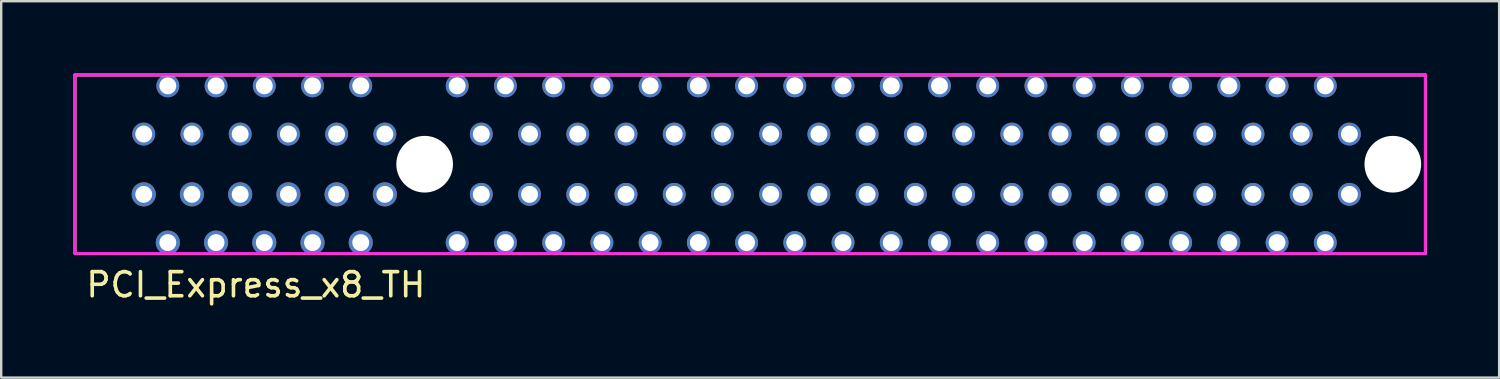
<source format=kicad_pcb>
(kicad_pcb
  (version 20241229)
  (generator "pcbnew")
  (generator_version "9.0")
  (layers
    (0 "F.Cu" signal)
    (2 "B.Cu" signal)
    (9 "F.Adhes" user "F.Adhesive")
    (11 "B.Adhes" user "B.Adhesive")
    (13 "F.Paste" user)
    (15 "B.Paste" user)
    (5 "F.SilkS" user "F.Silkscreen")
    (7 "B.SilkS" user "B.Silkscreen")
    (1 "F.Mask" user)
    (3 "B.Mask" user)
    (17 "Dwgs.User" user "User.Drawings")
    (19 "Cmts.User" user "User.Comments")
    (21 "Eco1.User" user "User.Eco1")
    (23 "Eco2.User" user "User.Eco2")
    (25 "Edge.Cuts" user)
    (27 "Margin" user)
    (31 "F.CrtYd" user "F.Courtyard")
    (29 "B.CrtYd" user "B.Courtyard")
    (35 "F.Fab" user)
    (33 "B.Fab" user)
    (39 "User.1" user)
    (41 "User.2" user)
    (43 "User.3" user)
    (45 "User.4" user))
  (footprint "PCI_Express_x8_TH"
    (layer "F.Cu")
    (at 14.56 3.76)
    (property "Reference" "PCI_Express_x8_TH" (at -7 5 0) (layer "F.SilkS") (effects (font (size 1 1) (thickness 0.15))))
    (attr through_hole)
    (fp_line (start -14.5 -3.7) (end 41.5 -3.7) (stroke (width 0.12) (type solid)) (layer "F.SilkS"))
    (fp_line (start -14.5 3.7) (end -14.5 -3.7) (stroke (width 0.12) (type solid)) (layer "F.SilkS"))
    (fp_line (start 41.5 -3.7) (end 41.5 3.7) (stroke (width 0.12) (type solid)) (layer "F.SilkS"))
    (fp_line (start 41.5 3.7) (end -14.5 3.7) (stroke (width 0.12) (type solid)) (layer "F.SilkS"))
    (fp_line (start -14.5 -3.7) (end 41.5 -3.7) (stroke (width 0.12) (type solid)) (layer "F.CrtYd"))
    (fp_line (start -14.5 3.7) (end -14.5 -3.7) (stroke (width 0.12) (type solid)) (layer "F.CrtYd"))
    (fp_line (start 41.5 -3.7) (end 41.5 3.7) (stroke (width 0.12) (type solid)) (layer "F.CrtYd"))
    (fp_line (start 41.5 3.7) (end -14.5 3.7) (stroke (width 0.12) (type solid)) (layer "F.CrtYd"))
    (pad "" np_thru_hole circle (at 0 0) (size 2.35 2.35) (drill 2.35) (layers "*.Cu" "*.Mask"))
    (pad "" np_thru_hole circle (at 40.15 0) (size 2.35 2.35) (drill 2.35) (layers "*.Cu" "*.Mask"))
    (pad "A1" thru_hole circle (at -11.65 -1.25) (size 0.95 0.95) (drill 0.7) (layers "*.Cu" "*.Mask"))
    (pad "A2" thru_hole circle (at -10.65 -3.25) (size 0.95 0.95) (drill 0.7) (layers "*.Cu" "*.Mask"))
    (pad "A3" thru_hole circle (at -9.65 -1.25) (size 0.95 0.95) (drill 0.7) (layers "*.Cu" "*.Mask"))
    (pad "A4" thru_hole circle (at -8.65 -3.25) (size 0.95 0.95) (drill 0.7) (layers "*.Cu" "*.Mask"))
    (pad "A5" thru_hole circle (at -7.65 -1.25) (size 0.95 0.95) (drill 0.7) (layers "*.Cu" "*.Mask"))
    (pad "A6" thru_hole circle (at -6.65 -3.25) (size 0.95 0.95) (drill 0.7) (layers "*.Cu" "*.Mask"))
    (pad "A7" thru_hole circle (at -5.65 -1.25) (size 0.95 0.95) (drill 0.7) (layers "*.Cu" "*.Mask"))
    (pad "A8" thru_hole circle (at -4.65 -3.25) (size 0.95 0.95) (drill 0.7) (layers "*.Cu" "*.Mask"))
    (pad "A9" thru_hole circle (at -3.65 -1.25) (size 0.95 0.95) (drill 0.7) (layers "*.Cu" "*.Mask"))
    (pad "A10" thru_hole circle (at -2.65 -3.25) (size 0.95 0.95) (drill 0.7) (layers "*.Cu" "*.Mask"))
    (pad "A11" thru_hole circle (at -1.65 -1.25) (size 0.95 0.95) (drill 0.7) (layers "*.Cu" "*.Mask"))
    (pad "A12" thru_hole circle (at 1.35 -3.25) (size 0.95 0.95) (drill 0.7) (layers "*.Cu" "*.Mask"))
    (pad "A13" thru_hole circle (at 2.35 -1.25) (size 0.95 0.95) (drill 0.7) (layers "*.Cu" "*.Mask"))
    (pad "A14" thru_hole circle (at 3.35 -3.25) (size 0.95 0.95) (drill 0.7) (layers "*.Cu" "*.Mask"))
    (pad "A15" thru_hole circle (at 4.35 -1.25) (size 0.95 0.95) (drill 0.7) (layers "*.Cu" "*.Mask"))
    (pad "A16" thru_hole circle (at 5.35 -3.25) (size 0.95 0.95) (drill 0.7) (layers "*.Cu" "*.Mask"))
    (pad "A18" thru_hole circle (at 7.35 -3.25) (size 0.95 0.95) (drill 0.7) (layers "*.Cu" "*.Mask"))
    (pad "A19" thru_hole circle (at 8.35 -1.25) (size 0.95 0.95) (drill 0.7) (layers "*.Cu" "*.Mask"))
    (pad "A20" thru_hole circle (at 9.35 -3.25) (size 0.95 0.95) (drill 0.7) (layers "*.Cu" "*.Mask"))
    (pad "A21" thru_hole circle (at 10.35 -1.25) (size 0.95 0.95) (drill 0.7) (layers "*.Cu" "*.Mask"))
    (pad "A22" thru_hole circle (at 11.35 -3.25) (size 0.95 0.95) (drill 0.7) (layers "*.Cu" "*.Mask"))
    (pad "A23" thru_hole circle (at 12.35 -1.25) (size 0.95 0.95) (drill 0.7) (layers "*.Cu" "*.Mask"))
    (pad "A24" thru_hole circle (at 13.35 -3.25) (size 0.95 0.95) (drill 0.7) (layers "*.Cu" "*.Mask"))
    (pad "A25" thru_hole circle (at 14.35 -1.25) (size 0.95 0.95) (drill 0.7) (layers "*.Cu" "*.Mask"))
    (pad "A26" thru_hole circle (at 15.35 -3.25) (size 0.95 0.95) (drill 0.7) (layers "*.Cu" "*.Mask"))
    (pad "A27" thru_hole circle (at 16.35 -1.25) (size 0.95 0.95) (drill 0.7) (layers "*.Cu" "*.Mask"))
    (pad "A28" thru_hole circle (at 17.35 -3.25) (size 0.95 0.95) (drill 0.7) (layers "*.Cu" "*.Mask"))
    (pad "A29" thru_hole circle (at 18.35 -1.25) (size 0.95 0.95) (drill 0.7) (layers "*.Cu" "*.Mask"))
    (pad "A30" thru_hole circle (at 19.35 -3.25) (size 0.95 0.95) (drill 0.7) (layers "*.Cu" "*.Mask"))
    (pad "A31" thru_hole circle (at 20.35 -1.25) (size 0.95 0.95) (drill 0.7) (layers "*.Cu" "*.Mask"))
    (pad "A32" thru_hole circle (at 21.35 -3.25) (size 0.95 0.95) (drill 0.7) (layers "*.Cu" "*.Mask"))
    (pad "A33" thru_hole circle (at 22.35 -1.25) (size 0.95 0.95) (drill 0.7) (layers "*.Cu" "*.Mask"))
    (pad "A34" thru_hole circle (at 23.35 -3.25) (size 0.95 0.95) (drill 0.7) (layers "*.Cu" "*.Mask"))
    (pad "A35" thru_hole circle (at 24.35 -1.25) (size 0.95 0.95) (drill 0.7) (layers "*.Cu" "*.Mask"))
    (pad "A36" thru_hole circle (at 25.35 -3.25) (size 0.95 0.95) (drill 0.7) (layers "*.Cu" "*.Mask"))
    (pad "A37" thru_hole circle (at 26.35 -1.25) (size 0.95 0.95) (drill 0.7) (layers "*.Cu" "*.Mask"))
    (pad "A38" thru_hole circle (at 27.35 -3.25) (size 0.95 0.95) (drill 0.7) (layers "*.Cu" "*.Mask"))
    (pad "A39" thru_hole circle (at 28.35 -1.25) (size 0.95 0.95) (drill 0.7) (layers "*.Cu" "*.Mask"))
    (pad "A40" thru_hole circle (at 29.35 -3.25) (size 0.95 0.95) (drill 0.7) (layers "*.Cu" "*.Mask"))
    (pad "A41" thru_hole circle (at 30.35 -1.25) (size 0.95 0.95) (drill 0.7) (layers "*.Cu" "*.Mask"))
    (pad "A42" thru_hole circle (at 31.35 -3.25) (size 0.95 0.95) (drill 0.7) (layers "*.Cu" "*.Mask"))
    (pad "A43" thru_hole circle (at 32.35 -1.25) (size 0.95 0.95) (drill 0.7) (layers "*.Cu" "*.Mask"))
    (pad "A44" thru_hole circle (at 33.35 -3.25) (size 0.95 0.95) (drill 0.7) (layers "*.Cu" "*.Mask"))
    (pad "A45" thru_hole circle (at 34.35 -1.25) (size 0.95 0.95) (drill 0.7) (layers "*.Cu" "*.Mask"))
    (pad "A46" thru_hole circle (at 35.35 -3.25) (size 0.95 0.95) (drill 0.7) (layers "*.Cu" "*.Mask"))
    (pad "A47" thru_hole circle (at 36.35 -1.25) (size 0.95 0.95) (drill 0.7) (layers "*.Cu" "*.Mask"))
    (pad "A48" thru_hole circle (at 37.35 -3.25) (size 0.95 0.95) (drill 0.7) (layers "*.Cu" "*.Mask"))
    (pad "A49" thru_hole circle (at 38.35 -1.25) (size 0.95 0.95) (drill 0.7) (layers "*.Cu" "*.Mask"))
    (pad "B1" thru_hole circle (at -11.65 1.25) (size 1 1) (drill 0.7) (layers "*.Cu" "*.Mask"))
    (pad "B2" thru_hole circle (at -10.65 3.25) (size 1 1) (drill 0.7) (layers "*.Cu" "*.Mask"))
    (pad "B3" thru_hole circle (at -9.65 1.25) (size 1 1) (drill 0.7) (layers "*.Cu" "*.Mask"))
    (pad "B4" thru_hole circle (at -8.65 3.25) (size 1 1) (drill 0.7) (layers "*.Cu" "*.Mask"))
    (pad "B5" thru_hole circle (at -7.65 1.25) (size 1 1) (drill 0.7) (layers "*.Cu" "*.Mask"))
    (pad "B6" thru_hole circle (at -6.65 3.25) (size 1 1) (drill 0.7) (layers "*.Cu" "*.Mask"))
    (pad "B7" thru_hole circle (at -5.65 1.25) (size 1 1) (drill 0.7) (layers "*.Cu" "*.Mask"))
    (pad "B8" thru_hole circle (at -4.65 3.25) (size 1 1) (drill 0.7) (layers "*.Cu" "*.Mask"))
    (pad "B9" thru_hole circle (at -3.65 1.25) (size 1 1) (drill 0.7) (layers "*.Cu" "*.Mask"))
    (pad "B10" thru_hole circle (at -2.65 3.25) (size 1 1) (drill 0.7) (layers "*.Cu" "*.Mask"))
    (pad "B11" thru_hole circle (at -1.65 1.25) (size 1 1) (drill 0.7) (layers "*.Cu" "*.Mask"))
    (pad "B12" thru_hole circle (at 1.35 3.25) (size 0.95 0.95) (drill 0.7) (layers "*.Cu" "*.Mask"))
    (pad "B13" thru_hole circle (at 2.35 1.25) (size 0.95 0.95) (drill 0.7) (layers "*.Cu" "*.Mask"))
    (pad "B14" thru_hole circle (at 3.35 3.25) (size 0.95 0.95) (drill 0.7) (layers "*.Cu" "*.Mask"))
    (pad "B15" thru_hole circle (at 4.35 1.25) (size 0.95 0.95) (drill 0.7) (layers "*.Cu" "*.Mask"))
    (pad "B16" thru_hole circle (at 5.35 3.25) (size 0.95 0.95) (drill 0.7) (layers "*.Cu" "*.Mask"))
    (pad "B17" thru_hole circle (at 6.35 -1.25) (size 0.95 0.95) (drill 0.7) (layers "*.Cu" "*.Mask"))
    (pad "B17" thru_hole circle (at 6.35 1.25) (size 0.95 0.95) (drill 0.7) (layers "*.Cu" "*.Mask"))
    (pad "B18" thru_hole circle (at 7.35 3.25) (size 0.95 0.95) (drill 0.7) (layers "*.Cu" "*.Mask"))
    (pad "B19" thru_hole circle (at 8.35 1.25) (size 0.95 0.95) (drill 0.7) (layers "*.Cu" "*.Mask"))
    (pad "B20" thru_hole circle (at 9.35 3.25) (size 0.95 0.95) (drill 0.7) (layers "*.Cu" "*.Mask"))
    (pad "B21" thru_hole circle (at 10.35 1.25) (size 0.95 0.95) (drill 0.7) (layers "*.Cu" "*.Mask"))
    (pad "B22" thru_hole circle (at 11.35 3.25) (size 0.95 0.95) (drill 0.7) (layers "*.Cu" "*.Mask"))
    (pad "B23" thru_hole circle (at 12.35 1.25) (size 0.95 0.95) (drill 0.7) (layers "*.Cu" "*.Mask"))
    (pad "B24" thru_hole circle (at 13.35 3.25) (size 0.95 0.95) (drill 0.7) (layers "*.Cu" "*.Mask"))
    (pad "B25" thru_hole circle (at 14.35 1.25) (size 0.95 0.95) (drill 0.7) (layers "*.Cu" "*.Mask"))
    (pad "B26" thru_hole circle (at 15.35 3.25) (size 0.95 0.95) (drill 0.7) (layers "*.Cu" "*.Mask"))
    (pad "B27" thru_hole circle (at 16.35 1.25) (size 0.95 0.95) (drill 0.7) (layers "*.Cu" "*.Mask"))
    (pad "B28" thru_hole circle (at 17.35 3.25) (size 0.95 0.95) (drill 0.7) (layers "*.Cu" "*.Mask"))
    (pad "B29" thru_hole circle (at 18.35 1.25) (size 0.95 0.95) (drill 0.7) (layers "*.Cu" "*.Mask"))
    (pad "B30" thru_hole circle (at 19.35 3.25) (size 0.95 0.95) (drill 0.7) (layers "*.Cu" "*.Mask"))
    (pad "B31" thru_hole circle (at 20.35 1.25) (size 0.95 0.95) (drill 0.7) (layers "*.Cu" "*.Mask"))
    (pad "B32" thru_hole circle (at 21.35 3.25) (size 0.95 0.95) (drill 0.7) (layers "*.Cu" "*.Mask"))
    (pad "B33" thru_hole circle (at 22.35 1.25) (size 0.95 0.95) (drill 0.7) (layers "*.Cu" "*.Mask"))
    (pad "B34" thru_hole circle (at 23.35 3.25) (size 0.95 0.95) (drill 0.7) (layers "*.Cu" "*.Mask"))
    (pad "B35" thru_hole circle (at 24.35 1.25) (size 0.95 0.95) (drill 0.7) (layers "*.Cu" "*.Mask"))
    (pad "B36" thru_hole circle (at 25.35 3.25) (size 0.95 0.95) (drill 0.7) (layers "*.Cu" "*.Mask"))
    (pad "B37" thru_hole circle (at 26.35 1.25) (size 0.95 0.95) (drill 0.7) (layers "*.Cu" "*.Mask"))
    (pad "B38" thru_hole circle (at 27.35 3.25) (size 0.95 0.95) (drill 0.7) (layers "*.Cu" "*.Mask"))
    (pad "B39" thru_hole circle (at 28.35 1.25) (size 0.95 0.95) (drill 0.7) (layers "*.Cu" "*.Mask"))
    (pad "B40" thru_hole circle (at 29.35 3.25) (size 0.95 0.95) (drill 0.7) (layers "*.Cu" "*.Mask"))
    (pad "B41" thru_hole circle (at 30.35 1.25) (size 0.95 0.95) (drill 0.7) (layers "*.Cu" "*.Mask"))
    (pad "B42" thru_hole circle (at 31.35 3.25) (size 0.95 0.95) (drill 0.7) (layers "*.Cu" "*.Mask"))
    (pad "B43" thru_hole circle (at 32.35 1.25) (size 0.95 0.95) (drill 0.7) (layers "*.Cu" "*.Mask"))
    (pad "B44" thru_hole circle (at 33.35 3.25) (size 0.95 0.95) (drill 0.7) (layers "*.Cu" "*.Mask"))
    (pad "B45" thru_hole circle (at 34.35 1.25) (size 0.95 0.95) (drill 0.7) (layers "*.Cu" "*.Mask"))
    (pad "B46" thru_hole circle (at 35.35 3.25) (size 0.95 0.95) (drill 0.7) (layers "*.Cu" "*.Mask"))
    (pad "B47" thru_hole circle (at 36.35 1.25) (size 0.95 0.95) (drill 0.7) (layers "*.Cu" "*.Mask"))
    (pad "B48" thru_hole circle (at 37.35 3.25) (size 0.95 0.95) (drill 0.7) (layers "*.Cu" "*.Mask"))
    (pad "B49" thru_hole circle (at 38.35 1.25) (size 0.95 0.95) (drill 0.7) (layers "*.Cu" "*.Mask")))
  (gr_rect
    (start -3 -3)
    (end 59.12 12.608)
    (stroke (width 0.1) (type default))
    (fill no)
    (layer "Edge.Cuts")))
</source>
